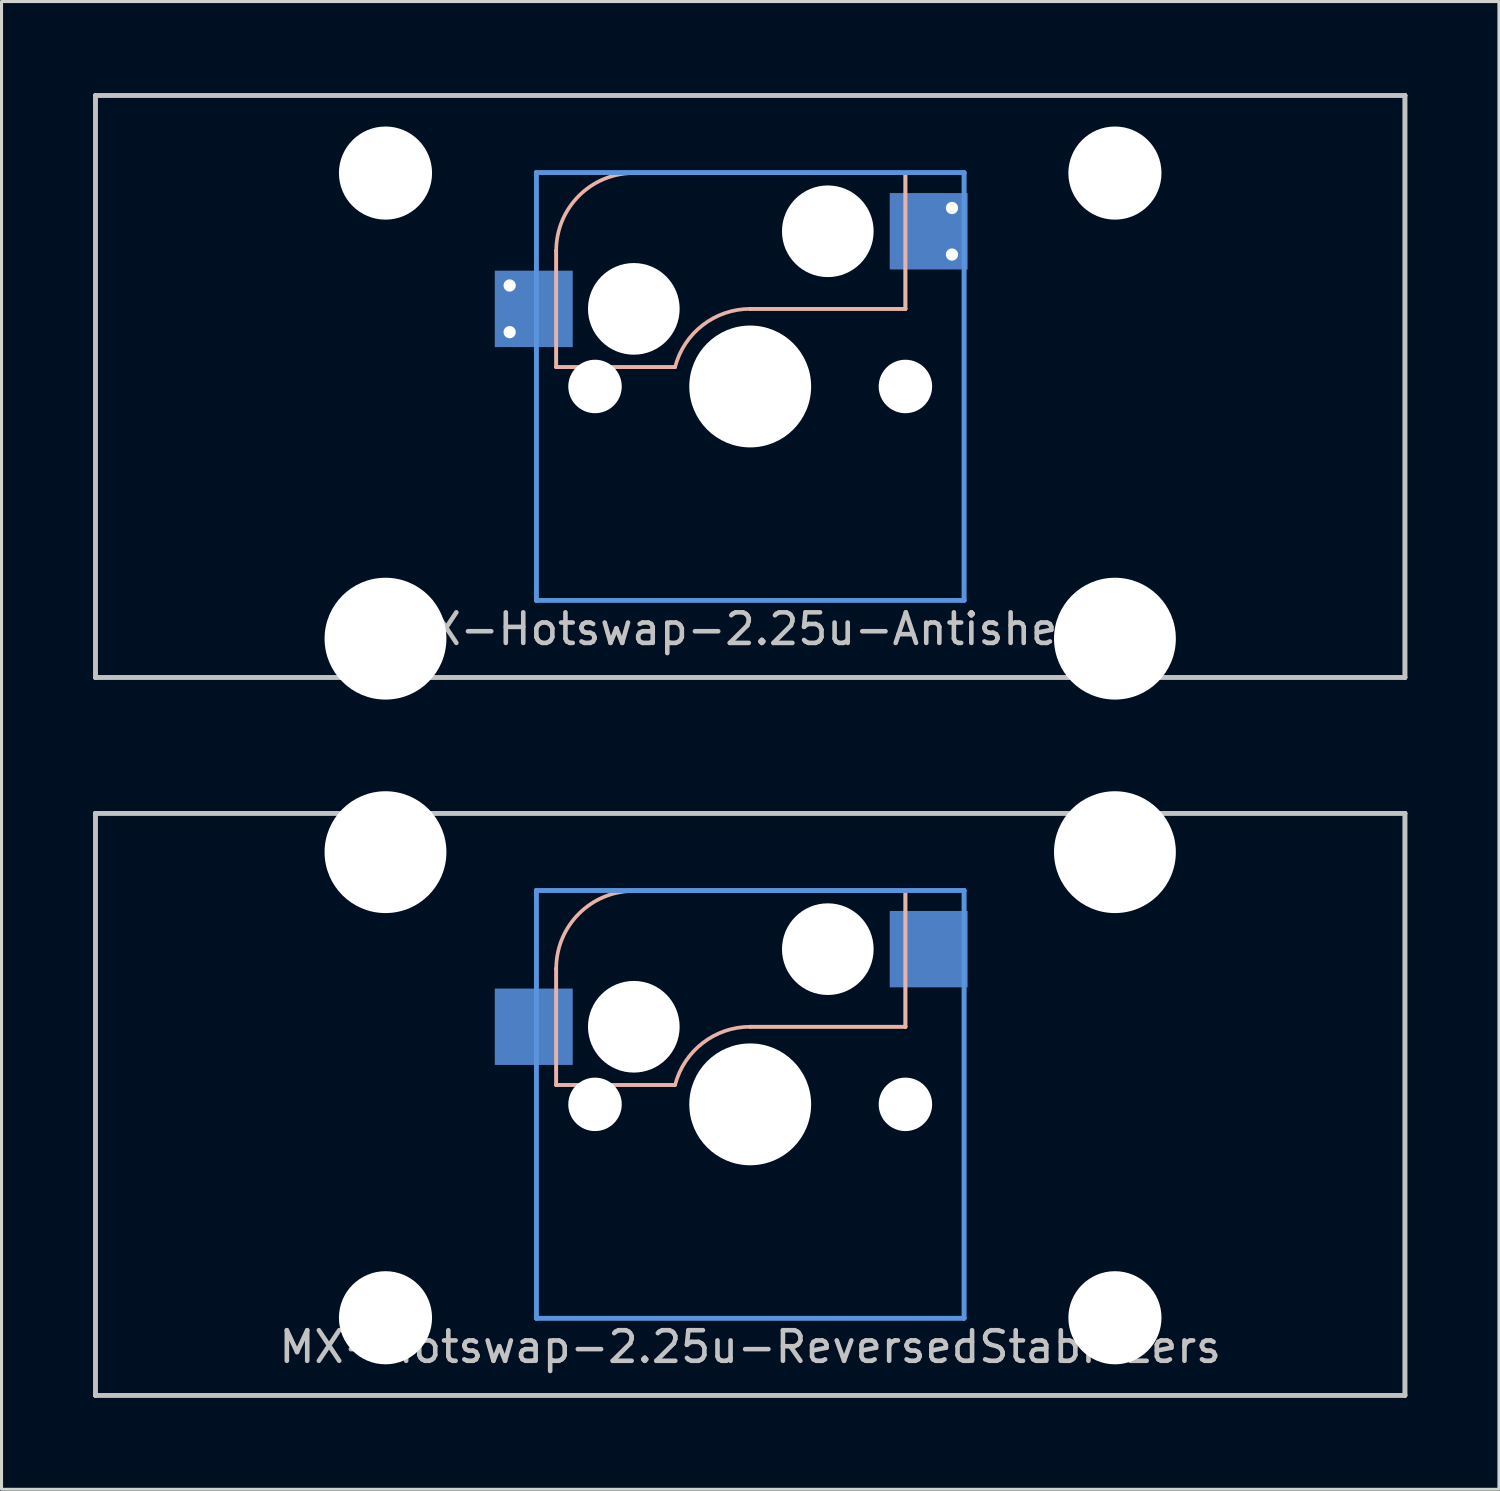
<source format=kicad_pcb>
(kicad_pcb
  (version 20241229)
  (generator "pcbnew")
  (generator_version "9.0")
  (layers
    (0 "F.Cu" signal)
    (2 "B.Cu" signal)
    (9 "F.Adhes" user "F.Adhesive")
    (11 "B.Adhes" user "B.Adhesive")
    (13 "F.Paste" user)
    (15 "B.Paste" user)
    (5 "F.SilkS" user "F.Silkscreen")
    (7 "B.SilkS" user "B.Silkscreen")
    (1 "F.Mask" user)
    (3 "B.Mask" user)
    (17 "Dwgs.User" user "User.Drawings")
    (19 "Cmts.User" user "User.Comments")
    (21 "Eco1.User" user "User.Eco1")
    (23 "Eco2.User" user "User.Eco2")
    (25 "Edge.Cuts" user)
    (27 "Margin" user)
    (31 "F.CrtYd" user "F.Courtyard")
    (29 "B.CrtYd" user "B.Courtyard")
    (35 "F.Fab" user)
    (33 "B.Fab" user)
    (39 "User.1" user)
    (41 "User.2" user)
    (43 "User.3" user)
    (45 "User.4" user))
  (footprint "MX-Hotswap-2.25u-ReversedStabilizers"
    (layer "F.Cu")
    (at 21.506 33.098)
    (property "Reference" "MX-Hotswap-2.25u-ReversedStabilizers" (at 0 7.938 0) (layer "Dwgs.User") (effects (font (size 1 1) (thickness 0.15))))
    (attr through_hole)
    (fp_line (start -6.35 -4.445) (end -6.35 -4.445) (stroke (width 0.12) (type solid)) (layer "B.SilkS"))
    (fp_line (start -6.35 -4.445) (end -6.35 -0.635) (stroke (width 0.12) (type solid)) (layer "B.SilkS"))
    (fp_line (start -6.35 -0.635) (end -6.35 -4.445) (stroke (width 0.12) (type solid)) (layer "B.SilkS"))
    (fp_line (start -6.35 -0.635) (end -6.35 -0.635) (stroke (width 0.12) (type solid)) (layer "B.SilkS"))
    (fp_line (start -6.35 -0.635) (end -6.35 -0.635) (stroke (width 0.12) (type solid)) (layer "B.SilkS"))
    (fp_line (start -6.35 -0.635) (end -2.464 -0.635) (stroke (width 0.12) (type solid)) (layer "B.SilkS"))
    (fp_line (start -3.81 -6.985) (end -3.81 -6.985) (stroke (width 0.12) (type solid)) (layer "B.SilkS"))
    (fp_line (start -3.81 -6.985) (end 5.08 -6.985) (stroke (width 0.12) (type solid)) (layer "B.SilkS"))
    (fp_line (start -2.464 -0.635) (end -6.35 -0.635) (stroke (width 0.12) (type solid)) (layer "B.SilkS"))
    (fp_line (start -2.464 -0.635) (end -2.464 -0.635) (stroke (width 0.12) (type solid)) (layer "B.SilkS"))
    (fp_line (start 0 -2.54) (end 0 -2.54) (stroke (width 0.12) (type solid)) (layer "B.SilkS"))
    (fp_line (start 0 -2.54) (end 5.08 -2.54) (stroke (width 0.12) (type solid)) (layer "B.SilkS"))
    (fp_line (start 5.08 -6.985) (end -3.81 -6.985) (stroke (width 0.12) (type solid)) (layer "B.SilkS"))
    (fp_line (start 5.08 -6.985) (end 5.08 -6.985) (stroke (width 0.12) (type solid)) (layer "B.SilkS"))
    (fp_line (start 5.08 -6.985) (end 5.08 -6.985) (stroke (width 0.12) (type solid)) (layer "B.SilkS"))
    (fp_line (start 5.08 -6.985) (end 5.08 -2.54) (stroke (width 0.12) (type solid)) (layer "B.SilkS"))
    (fp_line (start 5.08 -2.54) (end 0 -2.54) (stroke (width 0.12) (type solid)) (layer "B.SilkS"))
    (fp_line (start 5.08 -2.54) (end 5.08 -6.985) (stroke (width 0.12) (type solid)) (layer "B.SilkS"))
    (fp_line (start 5.08 -2.54) (end 5.08 -2.54) (stroke (width 0.12) (type solid)) (layer "B.SilkS"))
    (fp_line (start 5.08 -2.54) (end 5.08 -2.54) (stroke (width 0.12) (type solid)) (layer "B.SilkS"))
    (fp_arc (start -6.35 -4.445) (mid -5.606051 -6.241051) (end -3.81 -6.985) (stroke (width 0.12) (type solid)) (layer "B.SilkS"))
    (fp_arc (start -2.457981 -0.640256) (mid -1.553279 -2.009707) (end 0 -2.54) (stroke (width 0.12) (type solid)) (layer "B.SilkS"))
    (fp_line (start -21.431 -9.525) (end -21.431 -9.525) (stroke (width 0.15) (type solid)) (layer "Dwgs.User"))
    (fp_line (start -21.431 -9.525) (end -21.431 -9.525) (stroke (width 0.15) (type solid)) (layer "Dwgs.User"))
    (fp_line (start -21.431 -9.525) (end -21.431 9.525) (stroke (width 0.15) (type solid)) (layer "Dwgs.User"))
    (fp_line (start -21.431 -9.525) (end 21.431 -9.525) (stroke (width 0.15) (type solid)) (layer "Dwgs.User"))
    (fp_line (start -21.431 9.525) (end -21.431 -9.525) (stroke (width 0.15) (type solid)) (layer "Dwgs.User"))
    (fp_line (start -21.431 9.525) (end -21.431 9.525) (stroke (width 0.15) (type solid)) (layer "Dwgs.User"))
    (fp_line (start -21.431 9.525) (end -21.431 9.525) (stroke (width 0.15) (type solid)) (layer "Dwgs.User"))
    (fp_line (start -21.431 9.525) (end 21.431 9.525) (stroke (width 0.15) (type solid)) (layer "Dwgs.User"))
    (fp_line (start 21.431 -9.525) (end -21.431 -9.525) (stroke (width 0.15) (type solid)) (layer "Dwgs.User"))
    (fp_line (start 21.431 -9.525) (end 21.431 -9.525) (stroke (width 0.15) (type solid)) (layer "Dwgs.User"))
    (fp_line (start 21.431 -9.525) (end 21.431 -9.525) (stroke (width 0.15) (type solid)) (layer "Dwgs.User"))
    (fp_line (start 21.431 -9.525) (end 21.431 9.525) (stroke (width 0.15) (type solid)) (layer "Dwgs.User"))
    (fp_line (start 21.431 9.525) (end -21.431 9.525) (stroke (width 0.15) (type solid)) (layer "Dwgs.User"))
    (fp_line (start 21.431 9.525) (end 21.431 -9.525) (stroke (width 0.15) (type solid)) (layer "Dwgs.User"))
    (fp_line (start 21.431 9.525) (end 21.431 9.525) (stroke (width 0.15) (type solid)) (layer "Dwgs.User"))
    (fp_line (start 21.431 9.525) (end 21.431 9.525) (stroke (width 0.15) (type solid)) (layer "Dwgs.User"))
    (fp_line (start -7 -7) (end -7 -7) (stroke (width 0.15) (type solid)) (layer "Cmts.User"))
    (fp_line (start -7 -7) (end -7 -7) (stroke (width 0.15) (type solid)) (layer "Cmts.User"))
    (fp_line (start -7 -7) (end -7 7) (stroke (width 0.15) (type solid)) (layer "Cmts.User"))
    (fp_line (start -7 -7) (end 7 -7) (stroke (width 0.15) (type solid)) (layer "Cmts.User"))
    (fp_line (start -7 7) (end -7 -7) (stroke (width 0.15) (type solid)) (layer "Cmts.User"))
    (fp_line (start -7 7) (end -7 7) (stroke (width 0.15) (type solid)) (layer "Cmts.User"))
    (fp_line (start -7 7) (end -7 7) (stroke (width 0.15) (type solid)) (layer "Cmts.User"))
    (fp_line (start -7 7) (end 7 7) (stroke (width 0.15) (type solid)) (layer "Cmts.User"))
    (fp_line (start 7 -7) (end -7 -7) (stroke (width 0.15) (type solid)) (layer "Cmts.User"))
    (fp_line (start 7 -7) (end 7 -7) (stroke (width 0.15) (type solid)) (layer "Cmts.User"))
    (fp_line (start 7 -7) (end 7 -7) (stroke (width 0.15) (type solid)) (layer "Cmts.User"))
    (fp_line (start 7 -7) (end 7 7) (stroke (width 0.15) (type solid)) (layer "Cmts.User"))
    (fp_line (start 7 7) (end -7 7) (stroke (width 0.15) (type solid)) (layer "Cmts.User"))
    (fp_line (start 7 7) (end 7 -7) (stroke (width 0.15) (type solid)) (layer "Cmts.User"))
    (fp_line (start 7 7) (end 7 7) (stroke (width 0.15) (type solid)) (layer "Cmts.User"))
    (fp_line (start 7 7) (end 7 7) (stroke (width 0.15) (type solid)) (layer "Cmts.User"))
    (pad "" np_thru_hole circle (at -11.938 -8.255) (size 3.988 3.988) (drill 3.988) (layers "*.Cu" "*.Mask"))
    (pad "" np_thru_hole circle (at -11.938 6.985) (size 3.048 3.048) (drill 3.048) (layers "*.Cu" "*.Mask"))
    (pad "" np_thru_hole circle (at -5.08 0) (size 1.75 1.75) (drill 1.75) (layers "*.Cu" "*.Mask"))
    (pad "" np_thru_hole circle (at -3.81 -2.54) (size 3 3) (drill 3) (layers "*.Cu" "*.Mask"))
    (pad "" np_thru_hole circle (at 0 0) (size 3.988 3.988) (drill 3.988) (layers "*.Cu" "*.Mask"))
    (pad "" np_thru_hole circle (at 2.54 -5.08) (size 3 3) (drill 3) (layers "*.Cu" "*.Mask"))
    (pad "" np_thru_hole circle (at 5.08 0) (size 1.75 1.75) (drill 1.75) (layers "*.Cu" "*.Mask"))
    (pad "" np_thru_hole circle (at 11.938 -8.255) (size 3.988 3.988) (drill 3.988) (layers "*.Cu" "*.Mask"))
    (pad "" np_thru_hole circle (at 11.938 6.985) (size 3.048 3.048) (drill 3.048) (layers "*.Cu" "*.Mask"))
    (pad "1" smd rect (at -7.085 -2.54) (size 2.55 2.5) (layers "B.Cu" "B.Mask" "B.Paste"))
    (pad "2" smd rect (at 5.842 -5.08) (size 2.55 2.5) (layers "B.Cu" "B.Mask" "B.Paste")))
  (footprint "MX-Hotswap-2.25u-Antishear"
    (layer "F.Cu")
    (at 21.506 9.6)
    (property "Reference" "MX-Hotswap-2.25u-Antishear" (at 0 7.938 0) (layer "Dwgs.User") (effects (font (size 1 1) (thickness 0.15))))
    (attr through_hole)
    (fp_line (start -6.35 -4.445) (end -6.35 -4.445) (stroke (width 0.12) (type solid)) (layer "B.SilkS"))
    (fp_line (start -6.35 -4.445) (end -6.35 -0.635) (stroke (width 0.12) (type solid)) (layer "B.SilkS"))
    (fp_line (start -6.35 -0.635) (end -6.35 -4.445) (stroke (width 0.12) (type solid)) (layer "B.SilkS"))
    (fp_line (start -6.35 -0.635) (end -6.35 -0.635) (stroke (width 0.12) (type solid)) (layer "B.SilkS"))
    (fp_line (start -6.35 -0.635) (end -6.35 -0.635) (stroke (width 0.12) (type solid)) (layer "B.SilkS"))
    (fp_line (start -6.35 -0.635) (end -2.464 -0.635) (stroke (width 0.12) (type solid)) (layer "B.SilkS"))
    (fp_line (start -3.81 -6.985) (end -3.81 -6.985) (stroke (width 0.12) (type solid)) (layer "B.SilkS"))
    (fp_line (start -3.81 -6.985) (end 5.08 -6.985) (stroke (width 0.12) (type solid)) (layer "B.SilkS"))
    (fp_line (start -2.464 -0.635) (end -6.35 -0.635) (stroke (width 0.12) (type solid)) (layer "B.SilkS"))
    (fp_line (start -2.464 -0.635) (end -2.464 -0.635) (stroke (width 0.12) (type solid)) (layer "B.SilkS"))
    (fp_line (start 0 -2.54) (end 0 -2.54) (stroke (width 0.12) (type solid)) (layer "B.SilkS"))
    (fp_line (start 0 -2.54) (end 5.08 -2.54) (stroke (width 0.12) (type solid)) (layer "B.SilkS"))
    (fp_line (start 5.08 -6.985) (end -3.81 -6.985) (stroke (width 0.12) (type solid)) (layer "B.SilkS"))
    (fp_line (start 5.08 -6.985) (end 5.08 -6.985) (stroke (width 0.12) (type solid)) (layer "B.SilkS"))
    (fp_line (start 5.08 -6.985) (end 5.08 -6.985) (stroke (width 0.12) (type solid)) (layer "B.SilkS"))
    (fp_line (start 5.08 -6.985) (end 5.08 -2.54) (stroke (width 0.12) (type solid)) (layer "B.SilkS"))
    (fp_line (start 5.08 -2.54) (end 0 -2.54) (stroke (width 0.12) (type solid)) (layer "B.SilkS"))
    (fp_line (start 5.08 -2.54) (end 5.08 -6.985) (stroke (width 0.12) (type solid)) (layer "B.SilkS"))
    (fp_line (start 5.08 -2.54) (end 5.08 -2.54) (stroke (width 0.12) (type solid)) (layer "B.SilkS"))
    (fp_line (start 5.08 -2.54) (end 5.08 -2.54) (stroke (width 0.12) (type solid)) (layer "B.SilkS"))
    (fp_arc (start -6.35 -4.445) (mid -5.606051 -6.241051) (end -3.81 -6.985) (stroke (width 0.12) (type solid)) (layer "B.SilkS"))
    (fp_arc (start -2.457981 -0.640256) (mid -1.553279 -2.009707) (end 0 -2.54) (stroke (width 0.12) (type solid)) (layer "B.SilkS"))
    (fp_line (start -21.431 -9.525) (end -21.431 -9.525) (stroke (width 0.15) (type solid)) (layer "Dwgs.User"))
    (fp_line (start -21.431 -9.525) (end -21.431 -9.525) (stroke (width 0.15) (type solid)) (layer "Dwgs.User"))
    (fp_line (start -21.431 -9.525) (end -21.431 9.525) (stroke (width 0.15) (type solid)) (layer "Dwgs.User"))
    (fp_line (start -21.431 -9.525) (end 21.431 -9.525) (stroke (width 0.15) (type solid)) (layer "Dwgs.User"))
    (fp_line (start -21.431 9.525) (end -21.431 -9.525) (stroke (width 0.15) (type solid)) (layer "Dwgs.User"))
    (fp_line (start -21.431 9.525) (end -21.431 9.525) (stroke (width 0.15) (type solid)) (layer "Dwgs.User"))
    (fp_line (start -21.431 9.525) (end -21.431 9.525) (stroke (width 0.15) (type solid)) (layer "Dwgs.User"))
    (fp_line (start -21.431 9.525) (end 21.431 9.525) (stroke (width 0.15) (type solid)) (layer "Dwgs.User"))
    (fp_line (start 21.431 -9.525) (end -21.431 -9.525) (stroke (width 0.15) (type solid)) (layer "Dwgs.User"))
    (fp_line (start 21.431 -9.525) (end 21.431 -9.525) (stroke (width 0.15) (type solid)) (layer "Dwgs.User"))
    (fp_line (start 21.431 -9.525) (end 21.431 -9.525) (stroke (width 0.15) (type solid)) (layer "Dwgs.User"))
    (fp_line (start 21.431 -9.525) (end 21.431 9.525) (stroke (width 0.15) (type solid)) (layer "Dwgs.User"))
    (fp_line (start 21.431 9.525) (end -21.431 9.525) (stroke (width 0.15) (type solid)) (layer "Dwgs.User"))
    (fp_line (start 21.431 9.525) (end 21.431 -9.525) (stroke (width 0.15) (type solid)) (layer "Dwgs.User"))
    (fp_line (start 21.431 9.525) (end 21.431 9.525) (stroke (width 0.15) (type solid)) (layer "Dwgs.User"))
    (fp_line (start 21.431 9.525) (end 21.431 9.525) (stroke (width 0.15) (type solid)) (layer "Dwgs.User"))
    (fp_line (start -7 -7) (end -7 -7) (stroke (width 0.15) (type solid)) (layer "Cmts.User"))
    (fp_line (start -7 -7) (end -7 -7) (stroke (width 0.15) (type solid)) (layer "Cmts.User"))
    (fp_line (start -7 -7) (end -7 7) (stroke (width 0.15) (type solid)) (layer "Cmts.User"))
    (fp_line (start -7 -7) (end 7 -7) (stroke (width 0.15) (type solid)) (layer "Cmts.User"))
    (fp_line (start -7 7) (end -7 -7) (stroke (width 0.15) (type solid)) (layer "Cmts.User"))
    (fp_line (start -7 7) (end -7 7) (stroke (width 0.15) (type solid)) (layer "Cmts.User"))
    (fp_line (start -7 7) (end -7 7) (stroke (width 0.15) (type solid)) (layer "Cmts.User"))
    (fp_line (start -7 7) (end 7 7) (stroke (width 0.15) (type solid)) (layer "Cmts.User"))
    (fp_line (start 7 -7) (end -7 -7) (stroke (width 0.15) (type solid)) (layer "Cmts.User"))
    (fp_line (start 7 -7) (end 7 -7) (stroke (width 0.15) (type solid)) (layer "Cmts.User"))
    (fp_line (start 7 -7) (end 7 -7) (stroke (width 0.15) (type solid)) (layer "Cmts.User"))
    (fp_line (start 7 -7) (end 7 7) (stroke (width 0.15) (type solid)) (layer "Cmts.User"))
    (fp_line (start 7 7) (end -7 7) (stroke (width 0.15) (type solid)) (layer "Cmts.User"))
    (fp_line (start 7 7) (end 7 -7) (stroke (width 0.15) (type solid)) (layer "Cmts.User"))
    (fp_line (start 7 7) (end 7 7) (stroke (width 0.15) (type solid)) (layer "Cmts.User"))
    (fp_line (start 7 7) (end 7 7) (stroke (width 0.15) (type solid)) (layer "Cmts.User"))
    (pad "" np_thru_hole circle (at -11.938 -6.985) (size 3.048 3.048) (drill 3.048) (layers "*.Cu" "*.Mask"))
    (pad "" np_thru_hole circle (at -11.938 8.255) (size 3.988 3.988) (drill 3.988) (layers "*.Cu" "*.Mask"))
    (pad "" np_thru_hole circle (at -5.08 0) (size 1.75 1.75) (drill 1.75) (layers "*.Cu" "*.Mask"))
    (pad "" np_thru_hole circle (at -3.81 -2.54) (size 3 3) (drill 3) (layers "*.Cu" "*.Mask"))
    (pad "" np_thru_hole circle (at 0 0) (size 3.988 3.988) (drill 3.988) (layers "*.Cu" "*.Mask"))
    (pad "" np_thru_hole circle (at 2.54 -5.08) (size 3 3) (drill 3) (layers "*.Cu" "*.Mask"))
    (pad "" np_thru_hole circle (at 5.08 0) (size 1.75 1.75) (drill 1.75) (layers "*.Cu" "*.Mask"))
    (pad "" np_thru_hole circle (at 11.938 -6.985) (size 3.048 3.048) (drill 3.048) (layers "*.Cu" "*.Mask"))
    (pad "" np_thru_hole circle (at 11.938 8.255) (size 3.988 3.988) (drill 3.988) (layers "*.Cu" "*.Mask"))
    (pad "1" thru_hole circle (at -7.874 -3.305) (size 0.8 0.8) (drill 0.4) (layers "*.Cu" "*.Mask"))
    (pad "1" thru_hole circle (at -7.874 -1.778) (size 0.8 0.8) (drill 0.4) (layers "*.Cu" "*.Mask"))
    (pad "1" smd rect (at -7.085 -2.54) (size 2.55 2.5) (layers "B.Cu" "B.Mask" "B.Paste"))
    (pad "2" smd rect (at 5.842 -5.08) (size 2.55 2.5) (layers "B.Cu" "B.Mask" "B.Paste"))
    (pad "2" thru_hole circle (at 6.604 -5.842) (size 0.8 0.8) (drill 0.4) (layers "*.Cu" "*.Mask"))
    (pad "2" thru_hole circle (at 6.604 -4.318) (size 0.8 0.8) (drill 0.4) (layers "*.Cu" "*.Mask")))
  (gr_rect
    (start -3 -3)
    (end 46.013 45.698)
    (stroke (width 0.1) (type default))
    (fill no)
    (layer "Edge.Cuts")))
</source>
